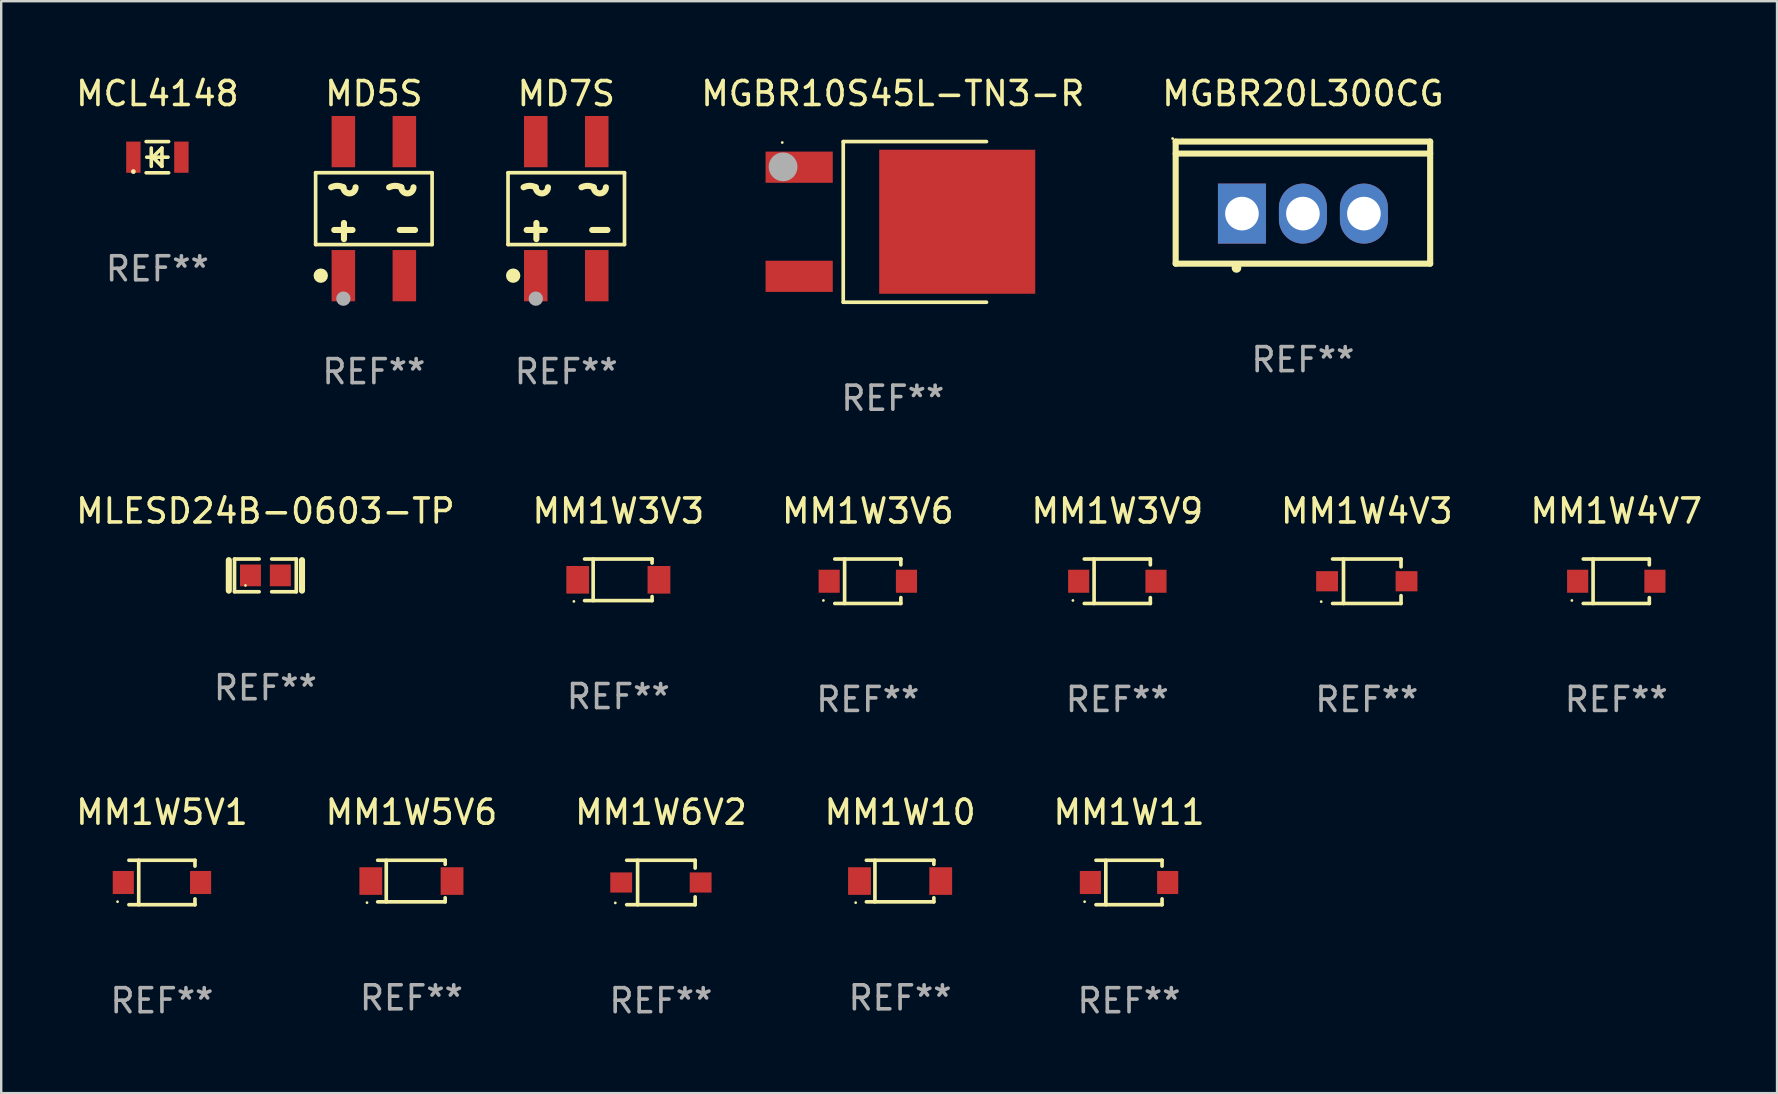
<source format=kicad_pcb>
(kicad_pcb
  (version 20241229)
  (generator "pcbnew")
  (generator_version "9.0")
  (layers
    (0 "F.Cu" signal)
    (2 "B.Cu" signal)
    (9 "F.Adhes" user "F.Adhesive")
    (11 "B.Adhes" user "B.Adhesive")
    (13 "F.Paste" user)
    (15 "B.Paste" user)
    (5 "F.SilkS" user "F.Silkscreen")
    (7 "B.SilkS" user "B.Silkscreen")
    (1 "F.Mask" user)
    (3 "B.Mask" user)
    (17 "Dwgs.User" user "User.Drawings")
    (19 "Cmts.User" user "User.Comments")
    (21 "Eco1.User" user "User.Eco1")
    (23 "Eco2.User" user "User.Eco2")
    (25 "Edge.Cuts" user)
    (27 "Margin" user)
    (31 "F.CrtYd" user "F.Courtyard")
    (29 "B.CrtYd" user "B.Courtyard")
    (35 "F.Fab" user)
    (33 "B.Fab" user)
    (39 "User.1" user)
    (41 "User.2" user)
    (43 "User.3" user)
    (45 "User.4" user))
  (footprint "MM1W11"
    (layer "F.Cu")
    (at 43.982 33.712)
    (property "Reference" "MM1W11" (at 0 -2.926 0) (layer "F.SilkS") (effects (font (size 1 1) (thickness 0.15))))
    (attr through_hole)
    (fp_line (start -1.376 -0.926) (end 1.376 -0.926) (stroke (width 0.152) (type solid)) (layer "F.SilkS"))
    (fp_line (start -1.376 0.926) (end 1.376 0.926) (stroke (width 0.152) (type solid)) (layer "F.SilkS"))
    (fp_line (start -0.967 -0.926) (end -0.967 0.926) (stroke (width 0.152) (type solid)) (layer "F.SilkS"))
    (fp_line (start 1.376 -0.926) (end 1.376 -0.683) (stroke (width 0.152) (type solid)) (layer "F.SilkS"))
    (fp_line (start 1.376 0.926) (end 1.376 0.683) (stroke (width 0.152) (type solid)) (layer "F.SilkS"))
    (fp_circle (center -1.85 0.8) (end -1.82 0.8) (stroke (width 0.06) (type solid)) (fill no) (layer "F.SilkS"))
    (fp_text user "REF**" (at 0 4.926 0) (layer "F.Fab") (effects (font (size 1 1) (thickness 0.15))))
    (pad "1" smd rect (at -1.61 0) (size 0.88 0.96) (layers "F.Cu" "F.Mask" "F.Paste"))
    (pad "2" smd rect (at 1.61 0) (size 0.88 0.96) (layers "F.Cu" "F.Mask" "F.Paste")))
  (footprint "MM1W3V6"
    (layer "F.Cu")
    (at 33.101 21.163)
    (property "Reference" "MM1W3V6" (at 0 -2.926 0) (layer "F.SilkS") (effects (font (size 1 1) (thickness 0.15))))
    (attr through_hole)
    (fp_line (start -1.376 -0.926) (end 1.376 -0.926) (stroke (width 0.152) (type solid)) (layer "F.SilkS"))
    (fp_line (start -1.376 0.926) (end 1.376 0.926) (stroke (width 0.152) (type solid)) (layer "F.SilkS"))
    (fp_line (start -0.967 -0.926) (end -0.967 0.926) (stroke (width 0.152) (type solid)) (layer "F.SilkS"))
    (fp_line (start 1.376 -0.926) (end 1.376 -0.683) (stroke (width 0.152) (type solid)) (layer "F.SilkS"))
    (fp_line (start 1.376 0.926) (end 1.376 0.683) (stroke (width 0.152) (type solid)) (layer "F.SilkS"))
    (fp_circle (center -1.85 0.8) (end -1.82 0.8) (stroke (width 0.06) (type solid)) (fill no) (layer "F.SilkS"))
    (fp_text user "REF**" (at 0 4.926 0) (layer "F.Fab") (effects (font (size 1 1) (thickness 0.15))))
    (pad "1" smd rect (at -1.61 0) (size 0.88 0.96) (layers "F.Cu" "F.Mask" "F.Paste"))
    (pad "2" smd rect (at 1.61 0) (size 0.88 0.96) (layers "F.Cu" "F.Mask" "F.Paste")))
  (footprint "MM1W4V3"
    (layer "F.Cu")
    (at 53.887 21.163)
    (property "Reference" "MM1W4V3" (at 0 -2.926 0) (layer "F.SilkS") (effects (font (size 1 1) (thickness 0.15))))
    (attr through_hole)
    (fp_line (start -1.426 0.926) (end 1.426 0.926) (stroke (width 0.152) (type solid)) (layer "F.SilkS"))
    (fp_line (start -1.426 -0.926) (end 1.426 -0.926) (stroke (width 0.152) (type solid)) (layer "F.SilkS"))
    (fp_line (start -0.971 0.926) (end -0.971 -0.926) (stroke (width 0.152) (type solid)) (layer "F.SilkS"))
    (fp_line (start 1.426 -0.926) (end 1.426 -0.6) (stroke (width 0.152) (type solid)) (layer "F.SilkS"))
    (fp_line (start 1.426 0.6) (end 1.426 0.926) (stroke (width 0.152) (type solid)) (layer "F.SilkS"))
    (fp_circle (center -1.9 0.85) (end -1.87 0.85) (stroke (width 0.06) (type solid)) (fill no) (layer "F.SilkS"))
    (fp_text user "REF**" (at 0 4.926 0) (layer "F.Fab") (effects (font (size 1 1) (thickness 0.15))))
    (pad "1" smd rect (at -1.655 -0.000064) (size 0.91 0.84) (layers "F.Cu" "F.Mask" "F.Paste"))
    (pad "2" smd rect (at 1.655 -0.000064) (size 0.91 0.84) (layers "F.Cu" "F.Mask" "F.Paste")))
  (footprint "MM1W10"
    (layer "F.Cu")
    (at 34.446 33.652)
    (property "Reference" "MM1W10" (at 0 -2.866 0) (layer "F.SilkS") (effects (font (size 1 1) (thickness 0.15))))
    (attr through_hole)
    (fp_line (start -1.406 -0.866) (end 1.406 -0.866) (stroke (width 0.152) (type solid)) (layer "F.SilkS"))
    (fp_line (start -1.406 0.866) (end 1.406 0.866) (stroke (width 0.152) (type solid)) (layer "F.SilkS"))
    (fp_line (start -1.049 -0.866) (end -1.049 0.866) (stroke (width 0.152) (type solid)) (layer "F.SilkS"))
    (fp_line (start 1.406 -0.866) (end 1.406 -0.698) (stroke (width 0.152) (type solid)) (layer "F.SilkS"))
    (fp_line (start 1.406 0.866) (end 1.406 0.698) (stroke (width 0.152) (type solid)) (layer "F.SilkS"))
    (fp_circle (center -1.851 0.9) (end -1.821 0.9) (stroke (width 0.06) (type solid)) (fill no) (layer "F.SilkS"))
    (fp_text user "REF**" (at 0 4.866 0) (layer "F.Fab") (effects (font (size 1 1) (thickness 0.15))))
    (pad "1" smd rect (at -1.692 0) (size 0.95 1.15) (layers "F.Cu" "F.Mask" "F.Paste"))
    (pad "2" smd rect (at 1.692 0) (size 0.95 1.15) (layers "F.Cu" "F.Mask" "F.Paste")))
  (footprint "MM1W4V7"
    (layer "F.Cu")
    (at 64.28 21.163)
    (property "Reference" "MM1W4V7" (at 0 -2.926 0) (layer "F.SilkS") (effects (font (size 1 1) (thickness 0.15))))
    (attr through_hole)
    (fp_line (start -1.376 -0.926) (end 1.376 -0.926) (stroke (width 0.152) (type solid)) (layer "F.SilkS"))
    (fp_line (start -1.376 0.926) (end 1.376 0.926) (stroke (width 0.152) (type solid)) (layer "F.SilkS"))
    (fp_line (start -0.967 -0.926) (end -0.967 0.926) (stroke (width 0.152) (type solid)) (layer "F.SilkS"))
    (fp_line (start 1.376 -0.926) (end 1.376 -0.683) (stroke (width 0.152) (type solid)) (layer "F.SilkS"))
    (fp_line (start 1.376 0.926) (end 1.376 0.683) (stroke (width 0.152) (type solid)) (layer "F.SilkS"))
    (fp_circle (center -1.85 0.8) (end -1.82 0.8) (stroke (width 0.06) (type solid)) (fill no) (layer "F.SilkS"))
    (fp_text user "REF**" (at 0 4.926 0) (layer "F.Fab") (effects (font (size 1 1) (thickness 0.15))))
    (pad "1" smd rect (at -1.61 0) (size 0.88 0.96) (layers "F.Cu" "F.Mask" "F.Paste"))
    (pad "2" smd rect (at 1.61 0) (size 0.88 0.96) (layers "F.Cu" "F.Mask" "F.Paste")))
  (footprint "MM1W3V9"
    (layer "F.Cu")
    (at 43.494 21.163)
    (property "Reference" "MM1W3V9" (at 0 -2.926 0) (layer "F.SilkS") (effects (font (size 1 1) (thickness 0.15))))
    (attr through_hole)
    (fp_line (start -1.376 -0.926) (end 1.376 -0.926) (stroke (width 0.152) (type solid)) (layer "F.SilkS"))
    (fp_line (start -1.376 0.926) (end 1.376 0.926) (stroke (width 0.152) (type solid)) (layer "F.SilkS"))
    (fp_line (start -0.967 -0.926) (end -0.967 0.926) (stroke (width 0.152) (type solid)) (layer "F.SilkS"))
    (fp_line (start 1.376 -0.926) (end 1.376 -0.683) (stroke (width 0.152) (type solid)) (layer "F.SilkS"))
    (fp_line (start 1.376 0.926) (end 1.376 0.683) (stroke (width 0.152) (type solid)) (layer "F.SilkS"))
    (fp_circle (center -1.85 0.8) (end -1.82 0.8) (stroke (width 0.06) (type solid)) (fill no) (layer "F.SilkS"))
    (fp_text user "REF**" (at 0 4.926 0) (layer "F.Fab") (effects (font (size 1 1) (thickness 0.15))))
    (pad "1" smd rect (at -1.61 0) (size 0.88 0.96) (layers "F.Cu" "F.Mask" "F.Paste"))
    (pad "2" smd rect (at 1.61 0) (size 0.88 0.96) (layers "F.Cu" "F.Mask" "F.Paste")))
  (footprint "MLESD24B-0603-TP"
    (layer "F.Cu")
    (at 8.006 20.919)
    (property "Reference" "MLESD24B-0603-TP" (at 0 -2.682 0) (layer "F.SilkS") (effects (font (size 1 1) (thickness 0.15))))
    (attr through_hole)
    (fp_line (start -1.524 -0.635) (end -1.524 0.635) (stroke (width 0.254) (type solid)) (layer "F.SilkS"))
    (fp_line (start -1.287 -0.682) (end -0.261 -0.682) (stroke (width 0.152) (type solid)) (layer "F.SilkS"))
    (fp_line (start -1.287 0.682) (end -1.287 -0.682) (stroke (width 0.152) (type solid)) (layer "F.SilkS"))
    (fp_line (start -0.261 0.682) (end -1.287 0.682) (stroke (width 0.152) (type solid)) (layer "F.SilkS"))
    (fp_line (start 0.261 0.682) (end 1.287 0.682) (stroke (width 0.152) (type solid)) (layer "F.SilkS"))
    (fp_line (start 1.287 -0.682) (end 0.261 -0.682) (stroke (width 0.152) (type solid)) (layer "F.SilkS"))
    (fp_line (start 1.287 0.682) (end 1.287 -0.682) (stroke (width 0.152) (type solid)) (layer "F.SilkS"))
    (fp_line (start 1.524 -0.635) (end 1.524 0.635) (stroke (width 0.254) (type solid)) (layer "F.SilkS"))
    (fp_circle (center -0.83 0.42) (end -0.8 0.42) (stroke (width 0.06) (type solid)) (fill no) (layer "F.SilkS"))
    (fp_text user "REF**" (at 0 4.682 0) (layer "F.Fab") (effects (font (size 1 1) (thickness 0.15))))
    (pad "1" smd rect (at -0.622 0) (size 0.873 0.907) (layers "F.Cu" "F.Mask" "F.Paste"))
    (pad "2" smd rect (at 0.622 0) (size 0.873 0.907) (layers "F.Cu" "F.Mask" "F.Paste")))
  (footprint "MD5S"
    (layer "F.Cu")
    (at 12.524 5.641)
    (property "Reference" "MD5S" (at 0 -4.792 0) (layer "F.SilkS") (effects (font (size 1 1) (thickness 0.15))))
    (attr through_hole)
    (fp_line (start -2.426 -1.496) (end 2.426 -1.496) (stroke (width 0.152) (type solid)) (layer "F.SilkS"))
    (fp_line (start -2.426 1.496) (end -2.426 -1.496) (stroke (width 0.152) (type solid)) (layer "F.SilkS"))
    (fp_line (start -1.651 0.889) (end -0.889 0.889) (stroke (width 0.254) (type solid)) (layer "F.SilkS"))
    (fp_line (start -1.245 0.597) (end -1.245 1.27) (stroke (width 0.254) (type solid)) (layer "F.SilkS"))
    (fp_line (start 1.08 0.889) (end 1.715 0.889) (stroke (width 0.254) (type solid)) (layer "F.SilkS"))
    (fp_line (start 2.426 -1.496) (end 2.426 1.496) (stroke (width 0.152) (type solid)) (layer "F.SilkS"))
    (fp_line (start 2.426 1.496) (end -2.426 1.496) (stroke (width 0.152) (type solid)) (layer "F.SilkS"))
    (fp_arc (start -1.778004 -0.889002) (mid -1.524003 -0.948964) (end -1.270003 -0.889002) (stroke (width 0.254001) (type solid)) (layer "F.SilkS"))
    (fp_arc (start -0.762002 -0.889002) (mid -1.016002 -0.635002) (end -1.270002 -0.889002) (stroke (width 0.254001) (type solid)) (layer "F.SilkS"))
    (fp_arc (start 0.635001 -0.889002) (mid 0.889002 -0.948964) (end 1.143002 -0.889002) (stroke (width 0.254001) (type solid)) (layer "F.SilkS"))
    (fp_arc (start 1.651003 -0.889002) (mid 1.397003 -0.635002) (end 1.143003 -0.889002) (stroke (width 0.254001) (type solid)) (layer "F.SilkS"))
    (fp_circle (center -2.212 2.792) (end -2.062 2.792) (stroke (width 0.3) (type solid)) (fill no) (layer "F.SilkS"))
    (fp_circle (center -1.27 3.75) (end -1.12 3.75) (stroke (width 0.3) (type solid)) (fill no) (layer "F.Fab"))
    (fp_text user "REF**" (at 0 6.792 0) (layer "F.Fab") (effects (font (size 1 1) (thickness 0.15))))
    (pad "1" smd rect (at 1.27 2.792) (size 0.98 2.135) (layers "F.Cu" "F.Mask" "F.Paste"))
    (pad "2" smd rect (at 1.27 -2.792) (size 0.98 2.135) (layers "F.Cu" "F.Mask" "F.Paste"))
    (pad "3" smd rect (at -1.27 -2.792) (size 0.98 2.135) (layers "F.Cu" "F.Mask" "F.Paste"))
    (pad "4" smd rect (at -1.27 2.792) (size 0.98 2.135) (layers "F.Cu" "F.Mask" "F.Paste")))
  (footprint "MM1W5V1"
    (layer "F.Cu")
    (at 3.696 33.712)
    (property "Reference" "MM1W5V1" (at 0 -2.926 0) (layer "F.SilkS") (effects (font (size 1 1) (thickness 0.15))))
    (attr through_hole)
    (fp_line (start -1.376 -0.926) (end 1.376 -0.926) (stroke (width 0.152) (type solid)) (layer "F.SilkS"))
    (fp_line (start -1.376 0.926) (end 1.376 0.926) (stroke (width 0.152) (type solid)) (layer "F.SilkS"))
    (fp_line (start -0.967 -0.926) (end -0.967 0.926) (stroke (width 0.152) (type solid)) (layer "F.SilkS"))
    (fp_line (start 1.376 -0.926) (end 1.376 -0.683) (stroke (width 0.152) (type solid)) (layer "F.SilkS"))
    (fp_line (start 1.376 0.926) (end 1.376 0.683) (stroke (width 0.152) (type solid)) (layer "F.SilkS"))
    (fp_circle (center -1.85 0.8) (end -1.82 0.8) (stroke (width 0.06) (type solid)) (fill no) (layer "F.SilkS"))
    (fp_text user "REF**" (at 0 4.926 0) (layer "F.Fab") (effects (font (size 1 1) (thickness 0.15))))
    (pad "1" smd rect (at -1.61 0) (size 0.88 0.96) (layers "F.Cu" "F.Mask" "F.Paste"))
    (pad "2" smd rect (at 1.61 0) (size 0.88 0.96) (layers "F.Cu" "F.Mask" "F.Paste")))
  (footprint "MD7S"
    (layer "F.Cu")
    (at 20.539 5.641)
    (property "Reference" "MD7S" (at 0 -4.792 0) (layer "F.SilkS") (effects (font (size 1 1) (thickness 0.15))))
    (attr through_hole)
    (fp_line (start -2.426 -1.496) (end 2.426 -1.496) (stroke (width 0.152) (type solid)) (layer "F.SilkS"))
    (fp_line (start -2.426 1.496) (end -2.426 -1.496) (stroke (width 0.152) (type solid)) (layer "F.SilkS"))
    (fp_line (start -1.651 0.889) (end -0.889 0.889) (stroke (width 0.254) (type solid)) (layer "F.SilkS"))
    (fp_line (start -1.245 0.597) (end -1.245 1.27) (stroke (width 0.254) (type solid)) (layer "F.SilkS"))
    (fp_line (start 1.08 0.889) (end 1.715 0.889) (stroke (width 0.254) (type solid)) (layer "F.SilkS"))
    (fp_line (start 2.426 -1.496) (end 2.426 1.496) (stroke (width 0.152) (type solid)) (layer "F.SilkS"))
    (fp_line (start 2.426 1.496) (end -2.426 1.496) (stroke (width 0.152) (type solid)) (layer "F.SilkS"))
    (fp_arc (start -1.778004 -0.889002) (mid -1.524003 -0.948964) (end -1.270003 -0.889002) (stroke (width 0.254001) (type solid)) (layer "F.SilkS"))
    (fp_arc (start -0.762002 -0.889002) (mid -1.016002 -0.635002) (end -1.270002 -0.889002) (stroke (width 0.254001) (type solid)) (layer "F.SilkS"))
    (fp_arc (start 0.635001 -0.889002) (mid 0.889002 -0.948964) (end 1.143002 -0.889002) (stroke (width 0.254001) (type solid)) (layer "F.SilkS"))
    (fp_arc (start 1.651003 -0.889002) (mid 1.397003 -0.635002) (end 1.143003 -0.889002) (stroke (width 0.254001) (type solid)) (layer "F.SilkS"))
    (fp_circle (center -2.212 2.792) (end -2.062 2.792) (stroke (width 0.3) (type solid)) (fill no) (layer "F.SilkS"))
    (fp_circle (center -1.27 3.75) (end -1.12 3.75) (stroke (width 0.3) (type solid)) (fill no) (layer "F.Fab"))
    (fp_text user "REF**" (at 0 6.792 0) (layer "F.Fab") (effects (font (size 1 1) (thickness 0.15))))
    (pad "1" smd rect (at 1.27 2.792) (size 0.98 2.135) (layers "F.Cu" "F.Mask" "F.Paste"))
    (pad "2" smd rect (at 1.27 -2.792) (size 0.98 2.135) (layers "F.Cu" "F.Mask" "F.Paste"))
    (pad "3" smd rect (at -1.27 -2.792) (size 0.98 2.135) (layers "F.Cu" "F.Mask" "F.Paste"))
    (pad "4" smd rect (at -1.27 2.792) (size 0.98 2.135) (layers "F.Cu" "F.Mask" "F.Paste")))
  (footprint "MCL4148"
    (layer "F.Cu")
    (at 3.506 3.498)
    (property "Reference" "MCL4148" (at 0 -2.65 0) (layer "F.SilkS") (effects (font (size 1 1) (thickness 0.15))))
    (attr through_hole)
    (fp_line (start -0.469 -0.65) (end 0.469 -0.65) (stroke (width 0.15) (type solid)) (layer "F.SilkS"))
    (fp_line (start -0.469 0.65) (end 0.469 0.65) (stroke (width 0.15) (type solid)) (layer "F.SilkS"))
    (fp_line (start -0.445 0) (end 0.444 0) (stroke (width 0.15) (type solid)) (layer "F.SilkS"))
    (fp_line (start -0.254 -0.381) (end -0.254 0.381) (stroke (width 0.15) (type solid)) (layer "F.SilkS"))
    (fp_line (start -0.191 0) (end 0.19 -0.381) (stroke (width 0.15) (type solid)) (layer "F.SilkS"))
    (fp_line (start 0.19 -0.381) (end 0.19 0.381) (stroke (width 0.15) (type solid)) (layer "F.SilkS"))
    (fp_line (start 0.19 0.381) (end -0.191 0) (stroke (width 0.15) (type solid)) (layer "F.SilkS"))
    (fp_circle (center -1 0.6) (end -0.95 0.6) (stroke (width 0.1) (type solid)) (fill no) (layer "F.SilkS"))
    (fp_text user "REF**" (at 0 4.65 0) (layer "F.Fab") (effects (font (size 1 1) (thickness 0.15))))
    (pad "1" smd rect (at -1 0 90) (size 1.3 0.6) (layers "F.Cu" "F.Mask" "F.Paste"))
    (pad "2" smd rect (at 1 0 90) (size 1.3 0.6) (layers "F.Cu" "F.Mask" "F.Paste")))
  (footprint "MGBR20L300CG"
    (layer "F.Cu")
    (at 51.226 5.391)
    (property "Reference" "MGBR20L300CG" (at 0 -4.543 0) (layer "F.SilkS") (effects (font (size 1 1) (thickness 0.15))))
    (attr through_hole)
    (fp_line (start -5.301 -2.543) (end 5.301 -2.543) (stroke (width 0.254) (type solid)) (layer "F.SilkS"))
    (fp_line (start -5.301 2.543) (end -5.301 -2.543) (stroke (width 0.254) (type solid)) (layer "F.SilkS"))
    (fp_line (start 5.3 -2.043) (end -5.3 -2.043) (stroke (width 0.254) (type solid)) (layer "F.SilkS"))
    (fp_line (start 5.301 -2.543) (end 5.301 2.543) (stroke (width 0.254) (type solid)) (layer "F.SilkS"))
    (fp_line (start 5.301 2.543) (end -5.301 2.543) (stroke (width 0.254) (type solid)) (layer "F.SilkS"))
    (fp_arc (start -2.768606 2.720345) (mid -2.767336 2.720341) (end -2.766066 2.720345) (stroke (width 0.4) (type solid)) (layer "F.SilkS"))
    (fp_circle (center -5.428 -2.67) (end -5.398 -2.67) (stroke (width 0.06) (type solid)) (fill no) (layer "F.SilkS"))
    (fp_text user "REF**" (at 0 6.543 0) (layer "F.Fab") (effects (font (size 1 1) (thickness 0.15))))
    (pad "1" thru_hole rect (at -2.54 0.457) (size 2 2.5) (drill 1.4) (layers "*.Cu" "*.Mask"))
    (pad "2" thru_hole oval (at 0 0.457) (size 2 2.5) (drill 1.4) (layers "*.Cu" "*.Mask"))
    (pad "3" thru_hole oval (at 2.54 0.457) (size 2 2.5) (drill 1.4) (layers "*.Cu" "*.Mask")))
  (footprint "MM1W5V6"
    (layer "F.Cu")
    (at 14.089 33.652)
    (property "Reference" "MM1W5V6" (at 0 -2.866 0) (layer "F.SilkS") (effects (font (size 1 1) (thickness 0.15))))
    (attr through_hole)
    (fp_line (start -1.406 -0.866) (end 1.406 -0.866) (stroke (width 0.152) (type solid)) (layer "F.SilkS"))
    (fp_line (start -1.406 0.866) (end 1.406 0.866) (stroke (width 0.152) (type solid)) (layer "F.SilkS"))
    (fp_line (start -1.049 -0.866) (end -1.049 0.866) (stroke (width 0.152) (type solid)) (layer "F.SilkS"))
    (fp_line (start 1.406 -0.866) (end 1.406 -0.698) (stroke (width 0.152) (type solid)) (layer "F.SilkS"))
    (fp_line (start 1.406 0.866) (end 1.406 0.698) (stroke (width 0.152) (type solid)) (layer "F.SilkS"))
    (fp_circle (center -1.851 0.9) (end -1.821 0.9) (stroke (width 0.06) (type solid)) (fill no) (layer "F.SilkS"))
    (fp_text user "REF**" (at 0 4.866 0) (layer "F.Fab") (effects (font (size 1 1) (thickness 0.15))))
    (pad "1" smd rect (at -1.692 0) (size 0.95 1.15) (layers "F.Cu" "F.Mask" "F.Paste"))
    (pad "2" smd rect (at 1.692 0) (size 0.95 1.15) (layers "F.Cu" "F.Mask" "F.Paste")))
  (footprint "MM1W3V3"
    (layer "F.Cu")
    (at 22.708 21.103)
    (property "Reference" "MM1W3V3" (at 0 -2.866 0) (layer "F.SilkS") (effects (font (size 1 1) (thickness 0.15))))
    (attr through_hole)
    (fp_line (start -1.406 -0.866) (end 1.406 -0.866) (stroke (width 0.152) (type solid)) (layer "F.SilkS"))
    (fp_line (start -1.406 0.866) (end 1.406 0.866) (stroke (width 0.152) (type solid)) (layer "F.SilkS"))
    (fp_line (start -1.049 -0.866) (end -1.049 0.866) (stroke (width 0.152) (type solid)) (layer "F.SilkS"))
    (fp_line (start 1.406 -0.866) (end 1.406 -0.698) (stroke (width 0.152) (type solid)) (layer "F.SilkS"))
    (fp_line (start 1.406 0.866) (end 1.406 0.698) (stroke (width 0.152) (type solid)) (layer "F.SilkS"))
    (fp_circle (center -1.851 0.9) (end -1.821 0.9) (stroke (width 0.06) (type solid)) (fill no) (layer "F.SilkS"))
    (fp_text user "REF**" (at 0 4.866 0) (layer "F.Fab") (effects (font (size 1 1) (thickness 0.15))))
    (pad "1" smd rect (at -1.692 0) (size 0.95 1.15) (layers "F.Cu" "F.Mask" "F.Paste"))
    (pad "2" smd rect (at 1.692 0) (size 0.95 1.15) (layers "F.Cu" "F.Mask" "F.Paste")))
  (footprint "MGBR10S45L-TN3-R"
    (layer "F.Cu")
    (at 34.143 6.194)
    (property "Reference" "MGBR10S45L-TN3-R" (at 0 -5.346 0) (layer "F.SilkS") (effects (font (size 1 1) (thickness 0.15))))
    (attr through_hole)
    (fp_line (start -2.066 -3.346) (end -2.066 3.346) (stroke (width 0.152) (type solid)) (layer "F.SilkS"))
    (fp_line (start 3.902 -3.346) (end -2.066 -3.346) (stroke (width 0.152) (type solid)) (layer "F.SilkS"))
    (fp_line (start 3.902 3.346) (end -2.066 3.346) (stroke (width 0.152) (type solid)) (layer "F.SilkS"))
    (fp_circle (center -4.607 -3.307) (end -4.577 -3.307) (stroke (width 0.06) (type solid)) (fill no) (layer "F.SilkS"))
    (fp_circle (center -4.572 -2.293) (end -4.272 -2.293) (stroke (width 0.6) (type solid)) (fill no) (layer "F.Fab"))
    (fp_text user "REF**" (at 0 7.346 0) (layer "F.Fab") (effects (font (size 1 1) (thickness 0.15))))
    (pad "1" smd rect (at -3.902 -2.279) (size 2.8 1.3) (layers "F.Cu" "F.Mask" "F.Paste"))
    (pad "2" smd rect (at 2.682 -0.007) (size 6.5 6) (layers "F.Cu" "F.Mask" "F.Paste"))
    (pad "3" smd rect (at -3.902 2.266) (size 2.8 1.3) (layers "F.Cu" "F.Mask" "F.Paste")))
  (footprint "MM1W6V2"
    (layer "F.Cu")
    (at 24.482 33.712)
    (property "Reference" "MM1W6V2" (at 0 -2.926 0) (layer "F.SilkS") (effects (font (size 1 1) (thickness 0.15))))
    (attr through_hole)
    (fp_line (start -1.426 0.926) (end 1.426 0.926) (stroke (width 0.152) (type solid)) (layer "F.SilkS"))
    (fp_line (start -1.426 -0.926) (end 1.426 -0.926) (stroke (width 0.152) (type solid)) (layer "F.SilkS"))
    (fp_line (start -0.971 0.926) (end -0.971 -0.926) (stroke (width 0.152) (type solid)) (layer "F.SilkS"))
    (fp_line (start 1.426 -0.926) (end 1.426 -0.6) (stroke (width 0.152) (type solid)) (layer "F.SilkS"))
    (fp_line (start 1.426 0.6) (end 1.426 0.926) (stroke (width 0.152) (type solid)) (layer "F.SilkS"))
    (fp_circle (center -1.9 0.85) (end -1.87 0.85) (stroke (width 0.06) (type solid)) (fill no) (layer "F.SilkS"))
    (fp_text user "REF**" (at 0 4.926 0) (layer "F.Fab") (effects (font (size 1 1) (thickness 0.15))))
    (pad "1" smd rect (at -1.655 -0.000064) (size 0.91 0.84) (layers "F.Cu" "F.Mask" "F.Paste"))
    (pad "2" smd rect (at 1.655 -0.000064) (size 0.91 0.84) (layers "F.Cu" "F.Mask" "F.Paste")))
  (gr_rect
    (start -3 -3)
    (end 70.976 42.487)
    (stroke (width 0.1) (type default))
    (fill no)
    (layer "Edge.Cuts")))
</source>
